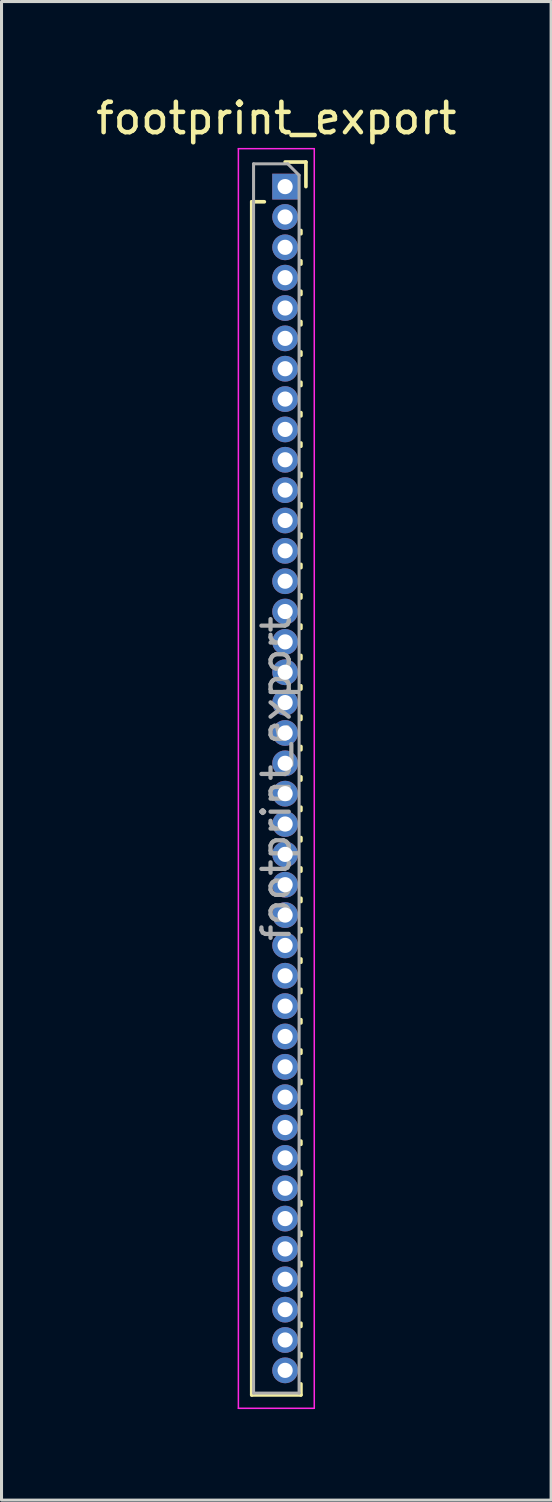
<source format=kicad_pcb>
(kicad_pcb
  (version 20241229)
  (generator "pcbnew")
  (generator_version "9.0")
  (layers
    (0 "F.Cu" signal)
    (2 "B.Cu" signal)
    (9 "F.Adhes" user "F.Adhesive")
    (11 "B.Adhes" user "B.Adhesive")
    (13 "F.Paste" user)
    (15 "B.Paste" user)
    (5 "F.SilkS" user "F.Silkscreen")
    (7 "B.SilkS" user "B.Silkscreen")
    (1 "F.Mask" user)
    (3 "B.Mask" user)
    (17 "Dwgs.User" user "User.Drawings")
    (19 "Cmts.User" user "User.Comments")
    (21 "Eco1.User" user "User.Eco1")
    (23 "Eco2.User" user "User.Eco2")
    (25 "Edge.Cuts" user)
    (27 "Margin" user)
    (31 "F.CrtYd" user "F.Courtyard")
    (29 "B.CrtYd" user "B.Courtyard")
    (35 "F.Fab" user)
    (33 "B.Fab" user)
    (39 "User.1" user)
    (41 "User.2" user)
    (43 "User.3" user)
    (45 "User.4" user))
  (footprint "footprint_export"
    (layer "F.Cu")
    (at 6.344 3.098)
    (property "Reference" "footprint_export" (at -0.29 -2.25 0) (layer "F.SilkS") (effects (font (size 1 1) (thickness 0.15))))
    (attr through_hole)
    (fp_line (start -1.1 0.5) (end -1.1 39.81) (stroke (width 0.12) (type solid)) (layer "F.SilkS"))
    (fp_line (start -1.1 0.5) (end -0.685 0.5) (stroke (width 0.12) (type solid)) (layer "F.SilkS"))
    (fp_line (start -1.1 39.81) (end 0.52 39.81) (stroke (width 0.12) (type solid)) (layer "F.SilkS"))
    (fp_line (start 0 -0.81) (end 0.685 -0.81) (stroke (width 0.12) (type solid)) (layer "F.SilkS"))
    (fp_line (start 0.52 1.446) (end 0.52 1.554) (stroke (width 0.12) (type solid)) (layer "F.SilkS"))
    (fp_line (start 0.52 2.446) (end 0.52 2.554) (stroke (width 0.12) (type solid)) (layer "F.SilkS"))
    (fp_line (start 0.52 3.446) (end 0.52 3.554) (stroke (width 0.12) (type solid)) (layer "F.SilkS"))
    (fp_line (start 0.52 4.446) (end 0.52 4.554) (stroke (width 0.12) (type solid)) (layer "F.SilkS"))
    (fp_line (start 0.52 5.446) (end 0.52 5.554) (stroke (width 0.12) (type solid)) (layer "F.SilkS"))
    (fp_line (start 0.52 6.446) (end 0.52 6.554) (stroke (width 0.12) (type solid)) (layer "F.SilkS"))
    (fp_line (start 0.52 7.446) (end 0.52 7.554) (stroke (width 0.12) (type solid)) (layer "F.SilkS"))
    (fp_line (start 0.52 8.446) (end 0.52 8.554) (stroke (width 0.12) (type solid)) (layer "F.SilkS"))
    (fp_line (start 0.52 9.446) (end 0.52 9.554) (stroke (width 0.12) (type solid)) (layer "F.SilkS"))
    (fp_line (start 0.52 10.446) (end 0.52 10.554) (stroke (width 0.12) (type solid)) (layer "F.SilkS"))
    (fp_line (start 0.52 11.446) (end 0.52 11.554) (stroke (width 0.12) (type solid)) (layer "F.SilkS"))
    (fp_line (start 0.52 12.446) (end 0.52 12.554) (stroke (width 0.12) (type solid)) (layer "F.SilkS"))
    (fp_line (start 0.52 13.446) (end 0.52 13.554) (stroke (width 0.12) (type solid)) (layer "F.SilkS"))
    (fp_line (start 0.52 14.446) (end 0.52 14.554) (stroke (width 0.12) (type solid)) (layer "F.SilkS"))
    (fp_line (start 0.52 15.446) (end 0.52 15.554) (stroke (width 0.12) (type solid)) (layer "F.SilkS"))
    (fp_line (start 0.52 16.446) (end 0.52 16.554) (stroke (width 0.12) (type solid)) (layer "F.SilkS"))
    (fp_line (start 0.52 17.446) (end 0.52 17.554) (stroke (width 0.12) (type solid)) (layer "F.SilkS"))
    (fp_line (start 0.52 18.446) (end 0.52 18.554) (stroke (width 0.12) (type solid)) (layer "F.SilkS"))
    (fp_line (start 0.52 19.446) (end 0.52 19.554) (stroke (width 0.12) (type solid)) (layer "F.SilkS"))
    (fp_line (start 0.52 20.446) (end 0.52 20.554) (stroke (width 0.12) (type solid)) (layer "F.SilkS"))
    (fp_line (start 0.52 21.446) (end 0.52 21.554) (stroke (width 0.12) (type solid)) (layer "F.SilkS"))
    (fp_line (start 0.52 22.446) (end 0.52 22.554) (stroke (width 0.12) (type solid)) (layer "F.SilkS"))
    (fp_line (start 0.52 23.446) (end 0.52 23.554) (stroke (width 0.12) (type solid)) (layer "F.SilkS"))
    (fp_line (start 0.52 24.446) (end 0.52 24.554) (stroke (width 0.12) (type solid)) (layer "F.SilkS"))
    (fp_line (start 0.52 25.446) (end 0.52 25.554) (stroke (width 0.12) (type solid)) (layer "F.SilkS"))
    (fp_line (start 0.52 26.446) (end 0.52 26.554) (stroke (width 0.12) (type solid)) (layer "F.SilkS"))
    (fp_line (start 0.52 27.446) (end 0.52 27.554) (stroke (width 0.12) (type solid)) (layer "F.SilkS"))
    (fp_line (start 0.52 28.446) (end 0.52 28.554) (stroke (width 0.12) (type solid)) (layer "F.SilkS"))
    (fp_line (start 0.52 29.446) (end 0.52 29.554) (stroke (width 0.12) (type solid)) (layer "F.SilkS"))
    (fp_line (start 0.52 30.446) (end 0.52 30.554) (stroke (width 0.12) (type solid)) (layer "F.SilkS"))
    (fp_line (start 0.52 31.446) (end 0.52 31.554) (stroke (width 0.12) (type solid)) (layer "F.SilkS"))
    (fp_line (start 0.52 32.446) (end 0.52 32.554) (stroke (width 0.12) (type solid)) (layer "F.SilkS"))
    (fp_line (start 0.52 33.446) (end 0.52 33.554) (stroke (width 0.12) (type solid)) (layer "F.SilkS"))
    (fp_line (start 0.52 34.446) (end 0.52 34.554) (stroke (width 0.12) (type solid)) (layer "F.SilkS"))
    (fp_line (start 0.52 35.446) (end 0.52 35.554) (stroke (width 0.12) (type solid)) (layer "F.SilkS"))
    (fp_line (start 0.52 36.446) (end 0.52 36.554) (stroke (width 0.12) (type solid)) (layer "F.SilkS"))
    (fp_line (start 0.52 37.446) (end 0.52 37.554) (stroke (width 0.12) (type solid)) (layer "F.SilkS"))
    (fp_line (start 0.52 38.446) (end 0.52 38.554) (stroke (width 0.12) (type solid)) (layer "F.SilkS"))
    (fp_line (start 0.52 39.446) (end 0.52 39.81) (stroke (width 0.12) (type solid)) (layer "F.SilkS"))
    (fp_line (start 0.685 -0.81) (end 0.685 0) (stroke (width 0.12) (type solid)) (layer "F.SilkS"))
    (fp_line (start -1.54 -1.25) (end 0.96 -1.25) (stroke (width 0.05) (type solid)) (layer "F.CrtYd"))
    (fp_line (start -1.54 40.25) (end -1.54 -1.25) (stroke (width 0.05) (type solid)) (layer "F.CrtYd"))
    (fp_line (start 0.96 -1.25) (end 0.96 40.25) (stroke (width 0.05) (type solid)) (layer "F.CrtYd"))
    (fp_line (start 0.96 40.25) (end -1.54 40.25) (stroke (width 0.05) (type solid)) (layer "F.CrtYd"))
    (fp_line (start -1.04 -0.75) (end 0.085 -0.75) (stroke (width 0.1) (type solid)) (layer "F.Fab"))
    (fp_line (start -1.04 39.75) (end -1.04 -0.75) (stroke (width 0.1) (type solid)) (layer "F.Fab"))
    (fp_line (start 0.085 -0.75) (end 0.46 -0.375) (stroke (width 0.1) (type solid)) (layer "F.Fab"))
    (fp_line (start 0.46 -0.375) (end 0.46 39.75) (stroke (width 0.1) (type solid)) (layer "F.Fab"))
    (fp_line (start 0.46 39.75) (end -1.04 39.75) (stroke (width 0.1) (type solid)) (layer "F.Fab"))
    (fp_text user "${REFERENCE}" (at -0.29 19.5 90) (layer "F.Fab") (effects (font (size 0.9 0.9) (thickness 0.14))))
    (pad "1" thru_hole rect (at 0 0) (size 0.85 0.85) (drill 0.5) (layers "*.Cu" "*.Mask"))
    (pad "2" thru_hole oval (at 0 1) (size 0.85 0.85) (drill 0.5) (layers "*.Cu" "*.Mask"))
    (pad "3" thru_hole oval (at 0 2) (size 0.85 0.85) (drill 0.5) (layers "*.Cu" "*.Mask"))
    (pad "4" thru_hole oval (at 0 3) (size 0.85 0.85) (drill 0.5) (layers "*.Cu" "*.Mask"))
    (pad "5" thru_hole oval (at 0 4) (size 0.85 0.85) (drill 0.5) (layers "*.Cu" "*.Mask"))
    (pad "6" thru_hole oval (at 0 5) (size 0.85 0.85) (drill 0.5) (layers "*.Cu" "*.Mask"))
    (pad "7" thru_hole oval (at 0 6) (size 0.85 0.85) (drill 0.5) (layers "*.Cu" "*.Mask"))
    (pad "8" thru_hole oval (at 0 7) (size 0.85 0.85) (drill 0.5) (layers "*.Cu" "*.Mask"))
    (pad "9" thru_hole oval (at 0 8) (size 0.85 0.85) (drill 0.5) (layers "*.Cu" "*.Mask"))
    (pad "10" thru_hole oval (at 0 9) (size 0.85 0.85) (drill 0.5) (layers "*.Cu" "*.Mask"))
    (pad "11" thru_hole oval (at 0 10) (size 0.85 0.85) (drill 0.5) (layers "*.Cu" "*.Mask"))
    (pad "12" thru_hole oval (at 0 11) (size 0.85 0.85) (drill 0.5) (layers "*.Cu" "*.Mask"))
    (pad "13" thru_hole oval (at 0 12) (size 0.85 0.85) (drill 0.5) (layers "*.Cu" "*.Mask"))
    (pad "14" thru_hole oval (at 0 13) (size 0.85 0.85) (drill 0.5) (layers "*.Cu" "*.Mask"))
    (pad "15" thru_hole oval (at 0 14) (size 0.85 0.85) (drill 0.5) (layers "*.Cu" "*.Mask"))
    (pad "16" thru_hole oval (at 0 15) (size 0.85 0.85) (drill 0.5) (layers "*.Cu" "*.Mask"))
    (pad "17" thru_hole oval (at 0 16) (size 0.85 0.85) (drill 0.5) (layers "*.Cu" "*.Mask"))
    (pad "18" thru_hole oval (at 0 17) (size 0.85 0.85) (drill 0.5) (layers "*.Cu" "*.Mask"))
    (pad "19" thru_hole oval (at 0 18) (size 0.85 0.85) (drill 0.5) (layers "*.Cu" "*.Mask"))
    (pad "20" thru_hole oval (at 0 19) (size 0.85 0.85) (drill 0.5) (layers "*.Cu" "*.Mask"))
    (pad "21" thru_hole oval (at 0 20) (size 0.85 0.85) (drill 0.5) (layers "*.Cu" "*.Mask"))
    (pad "22" thru_hole oval (at 0 21) (size 0.85 0.85) (drill 0.5) (layers "*.Cu" "*.Mask"))
    (pad "23" thru_hole oval (at 0 22) (size 0.85 0.85) (drill 0.5) (layers "*.Cu" "*.Mask"))
    (pad "24" thru_hole oval (at 0 23) (size 0.85 0.85) (drill 0.5) (layers "*.Cu" "*.Mask"))
    (pad "25" thru_hole oval (at 0 24) (size 0.85 0.85) (drill 0.5) (layers "*.Cu" "*.Mask"))
    (pad "26" thru_hole oval (at 0 25) (size 0.85 0.85) (drill 0.5) (layers "*.Cu" "*.Mask"))
    (pad "27" thru_hole oval (at 0 26) (size 0.85 0.85) (drill 0.5) (layers "*.Cu" "*.Mask"))
    (pad "28" thru_hole oval (at 0 27) (size 0.85 0.85) (drill 0.5) (layers "*.Cu" "*.Mask"))
    (pad "29" thru_hole oval (at 0 28) (size 0.85 0.85) (drill 0.5) (layers "*.Cu" "*.Mask"))
    (pad "30" thru_hole oval (at 0 29) (size 0.85 0.85) (drill 0.5) (layers "*.Cu" "*.Mask"))
    (pad "31" thru_hole oval (at 0 30) (size 0.85 0.85) (drill 0.5) (layers "*.Cu" "*.Mask"))
    (pad "32" thru_hole oval (at 0 31) (size 0.85 0.85) (drill 0.5) (layers "*.Cu" "*.Mask"))
    (pad "33" thru_hole oval (at 0 32) (size 0.85 0.85) (drill 0.5) (layers "*.Cu" "*.Mask"))
    (pad "34" thru_hole oval (at 0 33) (size 0.85 0.85) (drill 0.5) (layers "*.Cu" "*.Mask"))
    (pad "35" thru_hole oval (at 0 34) (size 0.85 0.85) (drill 0.5) (layers "*.Cu" "*.Mask"))
    (pad "36" thru_hole oval (at 0 35) (size 0.85 0.85) (drill 0.5) (layers "*.Cu" "*.Mask"))
    (pad "37" thru_hole oval (at 0 36) (size 0.85 0.85) (drill 0.5) (layers "*.Cu" "*.Mask"))
    (pad "38" thru_hole oval (at 0 37) (size 0.85 0.85) (drill 0.5) (layers "*.Cu" "*.Mask"))
    (pad "39" thru_hole oval (at 0 38) (size 0.85 0.85) (drill 0.5) (layers "*.Cu" "*.Mask"))
    (pad "40" thru_hole oval (at 0 39) (size 0.85 0.85) (drill 0.5) (layers "*.Cu" "*.Mask")))
  (gr_rect
    (start -3 -3)
    (end 15.107 46.373)
    (stroke (width 0.1) (type default))
    (fill no)
    (layer "Edge.Cuts")))
</source>
